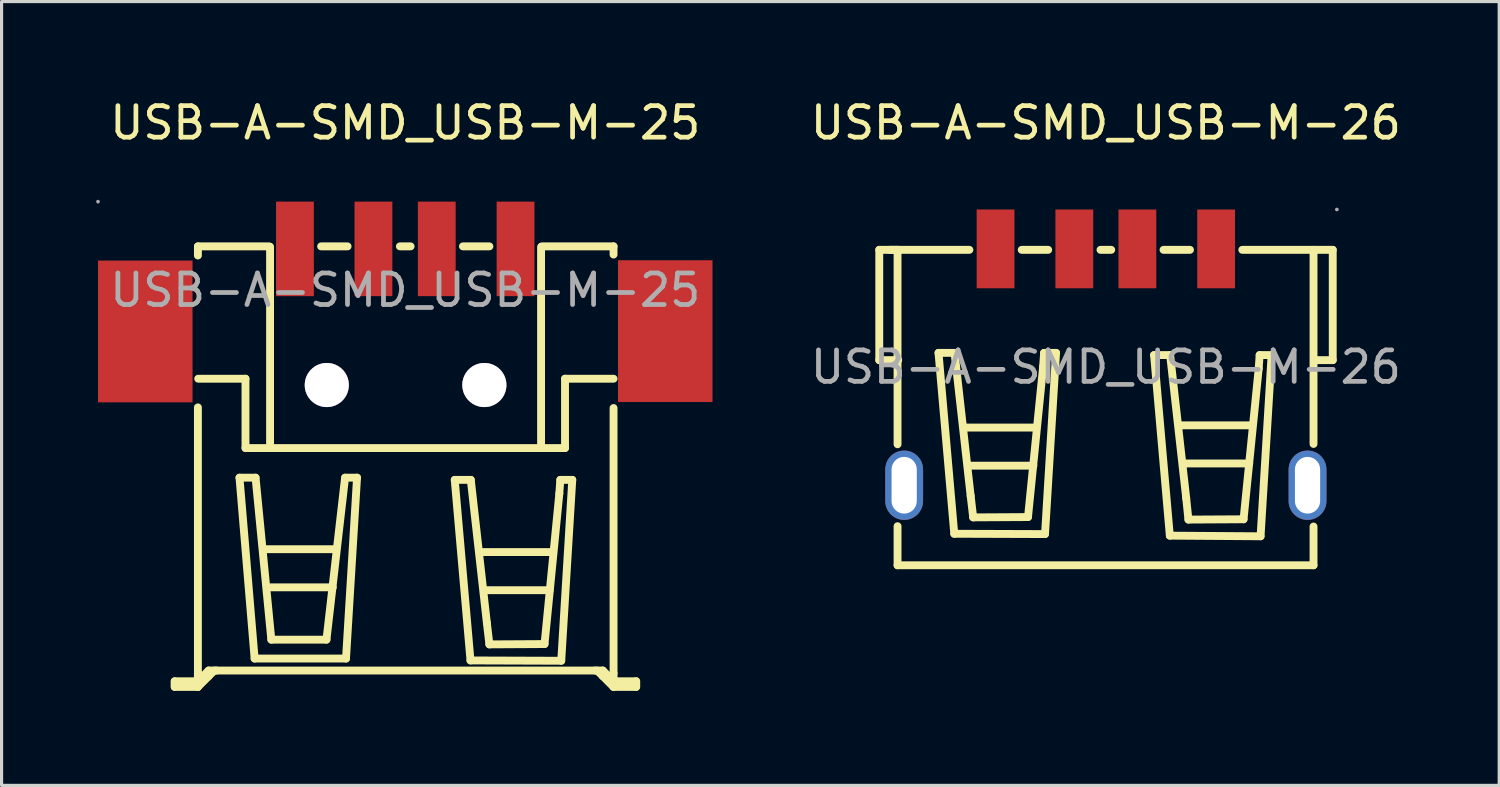
<source format=kicad_pcb>
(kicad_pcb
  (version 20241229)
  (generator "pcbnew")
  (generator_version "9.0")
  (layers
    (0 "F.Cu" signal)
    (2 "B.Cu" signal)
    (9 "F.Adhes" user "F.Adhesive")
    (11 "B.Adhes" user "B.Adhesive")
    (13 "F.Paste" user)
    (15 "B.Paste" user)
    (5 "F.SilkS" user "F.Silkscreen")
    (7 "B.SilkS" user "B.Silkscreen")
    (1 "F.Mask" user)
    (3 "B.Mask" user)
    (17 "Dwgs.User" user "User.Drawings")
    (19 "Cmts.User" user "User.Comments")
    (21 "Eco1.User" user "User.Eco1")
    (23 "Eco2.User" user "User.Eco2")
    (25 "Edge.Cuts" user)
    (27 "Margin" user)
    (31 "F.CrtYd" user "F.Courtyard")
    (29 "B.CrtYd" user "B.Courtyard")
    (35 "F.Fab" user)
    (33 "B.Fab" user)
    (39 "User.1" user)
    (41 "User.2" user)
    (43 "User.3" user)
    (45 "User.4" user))
  (footprint "USB-A-SMD_USB-M-25"
    (layer "F.Cu")
    (at 9.81 6.158)
    (property "Reference" "USB-A-SMD_USB-M-25" (at 0 -5.31 0) (layer "F.SilkS") (effects (font (size 1 1) (thickness 0.15))))
    (attr through_hole)
    (fp_line (start -7.32 12.41) (end -7.32 12.59) (stroke (width 0.25) (type solid)) (layer "F.SilkS"))
    (fp_line (start -7.31 12.41) (end -6.58 12.41) (stroke (width 0.25) (type solid)) (layer "F.SilkS"))
    (fp_line (start -7.31 12.59) (end -6.58 12.59) (stroke (width 0.25) (type solid)) (layer "F.SilkS"))
    (fp_line (start -6.58 -1.39) (end -6.58 -1.1) (stroke (width 0.25) (type solid)) (layer "F.SilkS"))
    (fp_line (start -6.58 -1.39) (end -4.33 -1.39) (stroke (width 0.25) (type solid)) (layer "F.SilkS"))
    (fp_line (start -6.58 3.72) (end -6.58 12.41) (stroke (width 0.25) (type solid)) (layer "F.SilkS"))
    (fp_line (start -6.58 12.41) (end -6.58 12.16) (stroke (width 0.25) (type solid)) (layer "F.SilkS"))
    (fp_line (start -6.58 12.59) (end -6.58 12.34) (stroke (width 0.25) (type solid)) (layer "F.SilkS"))
    (fp_line (start -6.57 2.81) (end -5.07 2.81) (stroke (width 0.25) (type solid)) (layer "F.SilkS"))
    (fp_line (start -6.24 12.07) (end -6.58 12.41) (stroke (width 0.25) (type solid)) (layer "F.SilkS"))
    (fp_line (start -6.24 12.25) (end -6.58 12.59) (stroke (width 0.25) (type solid)) (layer "F.SilkS"))
    (fp_line (start -6.06 12.07) (end -6.24 12.25) (stroke (width 0.25) (type solid)) (layer "F.SilkS"))
    (fp_line (start -5.99 12.07) (end -6.24 12.07) (stroke (width 0.25) (type solid)) (layer "F.SilkS"))
    (fp_line (start -5.99 12.07) (end 6.01 12.07) (stroke (width 0.25) (type solid)) (layer "F.SilkS"))
    (fp_line (start -5.26 5.95) (end -4.75 5.95) (stroke (width 0.25) (type solid)) (layer "F.SilkS"))
    (fp_line (start -5.07 2.81) (end -5.07 5.01) (stroke (width 0.25) (type solid)) (layer "F.SilkS"))
    (fp_line (start -5.07 5.01) (end 5.07 5.01) (stroke (width 0.25) (type solid)) (layer "F.SilkS"))
    (fp_line (start -4.78 11.69) (end -5.26 5.95) (stroke (width 0.25) (type solid)) (layer "F.SilkS"))
    (fp_line (start -4.75 5.95) (end -4.25 11.09) (stroke (width 0.25) (type solid)) (layer "F.SilkS"))
    (fp_line (start -4.47 8.22) (end -2.21 8.22) (stroke (width 0.25) (type solid)) (layer "F.SilkS"))
    (fp_line (start -4.33 9.43) (end -2.3 9.43) (stroke (width 0.25) (type solid)) (layer "F.SilkS"))
    (fp_line (start -4.29 5) (end -4.29 -1.38) (stroke (width 0.25) (type solid)) (layer "F.SilkS"))
    (fp_line (start -4.25 11.09) (end -2.5 11.09) (stroke (width 0.25) (type solid)) (layer "F.SilkS"))
    (fp_line (start -2.67 -1.39) (end -1.83 -1.39) (stroke (width 0.25) (type solid)) (layer "F.SilkS"))
    (fp_line (start -2.5 11.09) (end -1.91 5.95) (stroke (width 0.25) (type solid)) (layer "F.SilkS"))
    (fp_line (start -1.91 5.95) (end -1.53 5.95) (stroke (width 0.25) (type solid)) (layer "F.SilkS"))
    (fp_line (start -1.88 11.69) (end -4.78 11.69) (stroke (width 0.25) (type solid)) (layer "F.SilkS"))
    (fp_line (start -1.53 5.95) (end -1.88 11.69) (stroke (width 0.25) (type solid)) (layer "F.SilkS"))
    (fp_line (start -0.17 -1.39) (end 0.17 -1.39) (stroke (width 0.25) (type solid)) (layer "F.SilkS"))
    (fp_line (start 1.57 6.02) (end 2.08 6.02) (stroke (width 0.25) (type solid)) (layer "F.SilkS"))
    (fp_line (start 1.83 -1.39) (end 2.67 -1.39) (stroke (width 0.25) (type solid)) (layer "F.SilkS"))
    (fp_line (start 2.07 11.75) (end 1.57 6.02) (stroke (width 0.25) (type solid)) (layer "F.SilkS"))
    (fp_line (start 2.08 6.02) (end 2.59 10.56) (stroke (width 0.25) (type solid)) (layer "F.SilkS"))
    (fp_line (start 2.41 8.31) (end 4.67 8.31) (stroke (width 0.25) (type solid)) (layer "F.SilkS"))
    (fp_line (start 2.55 9.52) (end 4.58 9.52) (stroke (width 0.25) (type solid)) (layer "F.SilkS"))
    (fp_line (start 2.59 10.56) (end 2.67 11.24) (stroke (width 0.25) (type solid)) (layer "F.SilkS"))
    (fp_line (start 2.67 11.24) (end 4.42 11.23) (stroke (width 0.25) (type solid)) (layer "F.SilkS"))
    (fp_line (start 4.31 5.01) (end 4.31 -1.37) (stroke (width 0.25) (type solid)) (layer "F.SilkS"))
    (fp_line (start 4.33 -1.39) (end 6.61 -1.39) (stroke (width 0.25) (type solid)) (layer "F.SilkS"))
    (fp_line (start 4.42 11.23) (end 4.89 6.45) (stroke (width 0.25) (type solid)) (layer "F.SilkS"))
    (fp_line (start 4.89 6.45) (end 4.92 6.02) (stroke (width 0.25) (type solid)) (layer "F.SilkS"))
    (fp_line (start 4.92 6.02) (end 5.3 6.02) (stroke (width 0.25) (type solid)) (layer "F.SilkS"))
    (fp_line (start 4.95 11.76) (end 2.07 11.75) (stroke (width 0.25) (type solid)) (layer "F.SilkS"))
    (fp_line (start 5.07 2.81) (end 6.61 2.81) (stroke (width 0.25) (type solid)) (layer "F.SilkS"))
    (fp_line (start 5.07 5.01) (end 5.07 2.81) (stroke (width 0.25) (type solid)) (layer "F.SilkS"))
    (fp_line (start 5.3 6.02) (end 4.95 11.76) (stroke (width 0.25) (type solid)) (layer "F.SilkS"))
    (fp_line (start 6.02 12.07) (end 6.27 12.07) (stroke (width 0.25) (type solid)) (layer "F.SilkS"))
    (fp_line (start 6.09 12.07) (end 6.27 12.25) (stroke (width 0.25) (type solid)) (layer "F.SilkS"))
    (fp_line (start 6.27 12.07) (end 6.6 12.4) (stroke (width 0.25) (type solid)) (layer "F.SilkS"))
    (fp_line (start 6.27 12.25) (end 6.6 12.58) (stroke (width 0.25) (type solid)) (layer "F.SilkS"))
    (fp_line (start 6.61 -1.13) (end 6.61 -1.39) (stroke (width 0.25) (type solid)) (layer "F.SilkS"))
    (fp_line (start 6.61 12.16) (end 6.61 3.74) (stroke (width 0.25) (type solid)) (layer "F.SilkS"))
    (fp_line (start 6.61 12.41) (end 6.61 12.16) (stroke (width 0.25) (type solid)) (layer "F.SilkS"))
    (fp_line (start 6.61 12.59) (end 6.61 12.34) (stroke (width 0.25) (type solid)) (layer "F.SilkS"))
    (fp_line (start 7.32 12.41) (end 6.61 12.41) (stroke (width 0.25) (type solid)) (layer "F.SilkS"))
    (fp_line (start 7.32 12.59) (end 6.61 12.59) (stroke (width 0.25) (type solid)) (layer "F.SilkS"))
    (fp_line (start 7.33 12.41) (end 7.33 12.59) (stroke (width 0.25) (type solid)) (layer "F.SilkS"))
    (fp_circle (center -9.75 -2.81) (end -9.72 -2.81) (stroke (width 0.06) (type solid)) (fill no) (layer "F.Fab"))
    (fp_circle (center -2.49 3.01) (end -2.19 3.01) (stroke (width 0.6) (type solid)) (fill no) (layer "F.Fab"))
    (fp_circle (center 2.51 3.01) (end 2.81 3.01) (stroke (width 0.6) (type solid)) (fill no) (layer "F.Fab"))
    (fp_text user "${REFERENCE}" (at 0 0 0) (layer "F.Fab") (effects (font (size 1 1) (thickness 0.15))))
    (pad "" thru_hole circle (at -2.49 3.01) (size 1.4 1.4) (drill 1.4) (layers "*.Cu" "*.Mask"))
    (pad "" thru_hole circle (at 2.51 3.01) (size 1.4 1.4) (drill 1.4) (layers "*.Cu" "*.Mask"))
    (pad "0" smd rect (at -8.25 1.31 90) (size 4.5 3) (layers "F.Cu" "F.Mask" "F.Paste"))
    (pad "0" smd rect (at 8.25 1.3 90) (size 4.5 3) (layers "F.Cu" "F.Mask" "F.Paste"))
    (pad "1" smd rect (at -3.5 -1.31) (size 1.2 3) (layers "F.Cu" "F.Mask" "F.Paste"))
    (pad "2" smd rect (at -1.01 -1.31) (size 1.2 3) (layers "F.Cu" "F.Mask" "F.Paste"))
    (pad "3" smd rect (at 1 -1.31) (size 1.2 3) (layers "F.Cu" "F.Mask" "F.Paste"))
    (pad "4" smd rect (at 3.5 -1.31) (size 1.2 3) (layers "F.Cu" "F.Mask" "F.Paste")))
  (footprint "USB-A-SMD_USB-M-26"
    (layer "F.Cu")
    (at 32.042 8.598)
    (property "Reference" "USB-A-SMD_USB-M-26" (at 0 -7.75 0) (layer "F.SilkS") (effects (font (size 1 1) (thickness 0.15))))
    (attr through_hole)
    (fp_line (start -7.19 -0.22) (end -7.19 -3.72) (stroke (width 0.25) (type solid)) (layer "F.SilkS"))
    (fp_line (start -6.87 -3.72) (end -4.33 -3.72) (stroke (width 0.25) (type solid)) (layer "F.SilkS"))
    (fp_line (start -6.61 2.45) (end -6.61 -3.72) (stroke (width 0.25) (type solid)) (layer "F.SilkS"))
    (fp_line (start -6.61 6.29) (end -6.61 5.05) (stroke (width 0.25) (type solid)) (layer "F.SilkS"))
    (fp_line (start -6.61 6.29) (end 6.59 6.29) (stroke (width 0.25) (type solid)) (layer "F.SilkS"))
    (fp_line (start -6.59 -3.72) (end -7.19 -3.72) (stroke (width 0.25) (type solid)) (layer "F.SilkS"))
    (fp_line (start -6.59 -0.22) (end -7.19 -0.22) (stroke (width 0.25) (type solid)) (layer "F.SilkS"))
    (fp_line (start -5.31 -0.45) (end -4.8 -0.45) (stroke (width 0.25) (type solid)) (layer "F.SilkS"))
    (fp_line (start -4.81 5.29) (end -5.31 -0.45) (stroke (width 0.25) (type solid)) (layer "F.SilkS"))
    (fp_line (start -4.8 -0.45) (end -4.29 4.09) (stroke (width 0.25) (type solid)) (layer "F.SilkS"))
    (fp_line (start -4.47 1.92) (end -2.21 1.92) (stroke (width 0.25) (type solid)) (layer "F.SilkS"))
    (fp_line (start -4.33 3.13) (end -2.3 3.13) (stroke (width 0.25) (type solid)) (layer "F.SilkS"))
    (fp_line (start -4.29 4.09) (end -4.21 4.77) (stroke (width 0.25) (type solid)) (layer "F.SilkS"))
    (fp_line (start -4.21 4.77) (end -2.47 4.76) (stroke (width 0.25) (type solid)) (layer "F.SilkS"))
    (fp_line (start -2.67 -3.72) (end -1.83 -3.72) (stroke (width 0.25) (type solid)) (layer "F.SilkS"))
    (fp_line (start -2.47 4.76) (end -1.99 -0.02) (stroke (width 0.25) (type solid)) (layer "F.SilkS"))
    (fp_line (start -1.99 -0.02) (end -1.96 -0.45) (stroke (width 0.25) (type solid)) (layer "F.SilkS"))
    (fp_line (start -1.96 -0.45) (end -1.58 -0.45) (stroke (width 0.25) (type solid)) (layer "F.SilkS"))
    (fp_line (start -1.93 5.3) (end -4.81 5.29) (stroke (width 0.25) (type solid)) (layer "F.SilkS"))
    (fp_line (start -1.58 -0.45) (end -1.93 5.3) (stroke (width 0.25) (type solid)) (layer "F.SilkS"))
    (fp_line (start -0.17 -3.72) (end 0.17 -3.72) (stroke (width 0.25) (type solid)) (layer "F.SilkS"))
    (fp_line (start 1.53 -0.38) (end 2.04 -0.38) (stroke (width 0.25) (type solid)) (layer "F.SilkS"))
    (fp_line (start 1.83 -3.72) (end 2.67 -3.72) (stroke (width 0.25) (type solid)) (layer "F.SilkS"))
    (fp_line (start 2.03 5.35) (end 1.53 -0.38) (stroke (width 0.25) (type solid)) (layer "F.SilkS"))
    (fp_line (start 2.04 -0.38) (end 2.55 4.16) (stroke (width 0.25) (type solid)) (layer "F.SilkS"))
    (fp_line (start 2.38 1.85) (end 4.64 1.85) (stroke (width 0.25) (type solid)) (layer "F.SilkS"))
    (fp_line (start 2.52 3.06) (end 4.55 3.06) (stroke (width 0.25) (type solid)) (layer "F.SilkS"))
    (fp_line (start 2.55 4.16) (end 2.62 4.84) (stroke (width 0.25) (type solid)) (layer "F.SilkS"))
    (fp_line (start 2.62 4.84) (end 4.37 4.83) (stroke (width 0.25) (type solid)) (layer "F.SilkS"))
    (fp_line (start 4.33 -3.72) (end 6.6 -3.72) (stroke (width 0.25) (type solid)) (layer "F.SilkS"))
    (fp_line (start 4.37 4.83) (end 4.85 0.05) (stroke (width 0.25) (type solid)) (layer "F.SilkS"))
    (fp_line (start 4.85 0.05) (end 4.88 -0.38) (stroke (width 0.25) (type solid)) (layer "F.SilkS"))
    (fp_line (start 4.88 -0.38) (end 5.26 -0.38) (stroke (width 0.25) (type solid)) (layer "F.SilkS"))
    (fp_line (start 4.91 5.37) (end 2.03 5.35) (stroke (width 0.25) (type solid)) (layer "F.SilkS"))
    (fp_line (start 5.26 -0.38) (end 4.91 5.37) (stroke (width 0.25) (type solid)) (layer "F.SilkS"))
    (fp_line (start 6.59 2.44) (end 6.59 -3.72) (stroke (width 0.25) (type solid)) (layer "F.SilkS"))
    (fp_line (start 6.59 6.29) (end 6.59 5.06) (stroke (width 0.25) (type solid)) (layer "F.SilkS"))
    (fp_line (start 6.6 -3.72) (end 7.2 -3.72) (stroke (width 0.25) (type solid)) (layer "F.SilkS"))
    (fp_line (start 6.6 -0.22) (end 7.2 -0.22) (stroke (width 0.25) (type solid)) (layer "F.SilkS"))
    (fp_line (start 7.2 -3.72) (end 7.2 -0.22) (stroke (width 0.25) (type solid)) (layer "F.SilkS"))
    (fp_circle (center 7.33 -5) (end 7.36 -5) (stroke (width 0.06) (type solid)) (fill no) (layer "F.Fab"))
    (fp_text user "${REFERENCE}" (at 0 0 0) (layer "F.Fab") (effects (font (size 1 1) (thickness 0.15))))
    (pad "0" thru_hole oval (at -6.4 3.75 270) (size 2.2 1.2) (drill oval 1.799 0.8) (layers "*.Cu" "*.Paste" "*.Mask"))
    (pad "0" thru_hole oval (at 6.4 3.75 90) (size 2.2 1.2) (drill oval 1.799 0.8) (layers "*.Cu" "*.Paste" "*.Mask"))
    (pad "1" smd rect (at 3.5 -3.75 180) (size 1.2 2.5) (layers "F.Cu" "F.Mask" "F.Paste"))
    (pad "2" smd rect (at 1 -3.75 180) (size 1.2 2.5) (layers "F.Cu" "F.Mask" "F.Paste"))
    (pad "3" smd rect (at -1 -3.75 180) (size 1.2 2.5) (layers "F.Cu" "F.Mask" "F.Paste"))
    (pad "4" smd rect (at -3.5 -3.75 180) (size 1.2 2.5) (layers "F.Cu" "F.Mask" "F.Paste")))
  (gr_rect
    (start -3 -3)
    (end 44.524 21.873)
    (stroke (width 0.1) (type default))
    (fill no)
    (layer "Edge.Cuts")))
</source>
